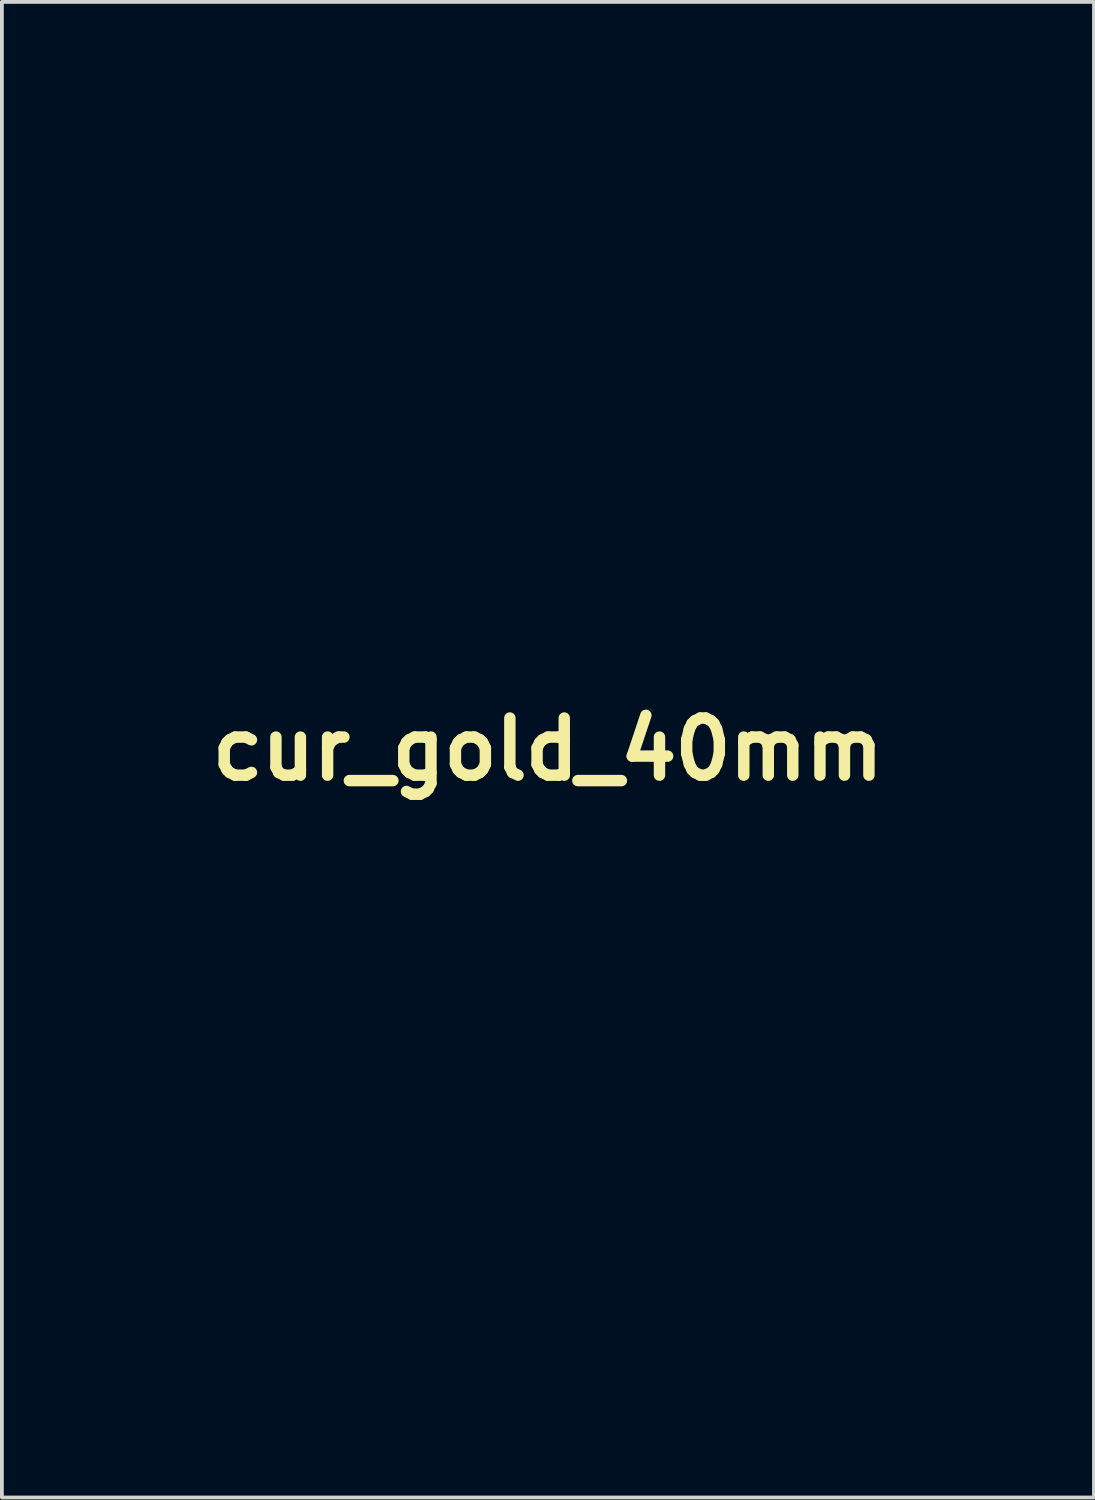
<source format=kicad_pcb>
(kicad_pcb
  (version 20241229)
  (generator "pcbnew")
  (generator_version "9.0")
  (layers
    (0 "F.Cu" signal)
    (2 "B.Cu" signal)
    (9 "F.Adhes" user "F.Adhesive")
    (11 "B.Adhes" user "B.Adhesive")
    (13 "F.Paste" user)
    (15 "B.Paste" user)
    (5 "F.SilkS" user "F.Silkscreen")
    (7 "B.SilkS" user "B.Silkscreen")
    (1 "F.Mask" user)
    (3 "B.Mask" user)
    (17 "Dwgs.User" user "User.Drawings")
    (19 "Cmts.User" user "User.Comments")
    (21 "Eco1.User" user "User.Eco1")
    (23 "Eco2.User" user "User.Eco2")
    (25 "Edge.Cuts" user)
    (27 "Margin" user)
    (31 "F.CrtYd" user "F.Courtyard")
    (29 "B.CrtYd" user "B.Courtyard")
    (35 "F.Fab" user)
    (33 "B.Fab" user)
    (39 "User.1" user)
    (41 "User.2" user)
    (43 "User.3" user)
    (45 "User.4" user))
  (footprint "cur_gold_40mm"
    (layer "F.Cu")
    (at 11.338 16.626)
    (property "Reference" "cur_gold_40mm" (at 0 0 0) (layer "F.SilkS") (effects (font (size 1.5 1.5) (thickness 0.3))))
    (attr board_only exclude_from_pos_files exclude_from_bom)
    (fp_poly (pts (xy -2.529 -15.316) (xy -2.568 -15.14) (xy -2.606 -15.004) (xy -2.719 -14.65) (xy -2.838 -14.31) (xy -2.951 -14.018) (xy -3.045 -13.806) (xy -3.107 -13.707) (xy -3.115 -13.704) (xy -3.197 -13.755) (xy -3.355 -13.884) (xy -3.49 -14.004) (xy -3.701 -14.188) (xy -3.885 -14.334) (xy -3.96 -14.385) (xy -4.024 -14.439) (xy -4.004 -14.506) (xy -3.882 -14.611) (xy -3.671 -14.756) (xy -3.401 -14.927) (xy -3.113 -15.097) (xy -2.846 -15.244) (xy -2.639 -15.347) (xy -2.531 -15.384)) (stroke (width 0) (type solid)) (fill yes) (layer "F.Mask"))
    (fp_poly (pts (xy -4.407 9.125) (xy -4.407 9.695) (xy -5.829 9.696) (xy -6.314 9.701) (xy -6.764 9.714) (xy -7.146 9.734) (xy -7.427 9.758) (xy -7.554 9.78) (xy -7.97 9.969) (xy -8.286 10.277) (xy -8.504 10.708) (xy -8.625 11.263) (xy -8.654 11.779) (xy -8.613 12.408) (xy -8.489 12.91) (xy -8.273 13.299) (xy -7.959 13.587) (xy -7.675 13.737) (xy -7.525 13.785) (xy -7.319 13.819) (xy -7.034 13.842) (xy -6.645 13.856) (xy -6.129 13.861) (xy -5.888 13.862) (xy -4.4 13.862) (xy -4.423 14.403) (xy -4.447 14.944) (xy -5.809 14.955) (xy -6.293 14.955) (xy -6.751 14.948) (xy -7.146 14.934) (xy -7.441 14.915) (xy -7.56 14.9) (xy -7.982 14.787) (xy -8.406 14.604) (xy -8.777 14.379) (xy -9.023 14.158) (xy -9.341 13.67) (xy -9.574 13.076) (xy -9.713 12.407) (xy -9.753 11.697) (xy -9.708 11.125) (xy -9.547 10.402) (xy -9.285 9.802) (xy -8.921 9.325) (xy -8.455 8.968) (xy -8.122 8.81) (xy -7.944 8.747) (xy -7.763 8.698) (xy -7.553 8.663) (xy -7.285 8.637) (xy -6.932 8.617) (xy -6.467 8.602) (xy -6.029 8.591) (xy -4.407 8.555)) (stroke (width 0) (type solid)) (fill yes) (layer "F.Mask"))
    (fp_poly (pts (xy -1.988 10.917) (xy -1.98 11.628) (xy -1.97 12.196) (xy -1.955 12.639) (xy -1.932 12.976) (xy -1.898 13.223) (xy -1.848 13.399) (xy -1.781 13.522) (xy -1.691 13.609) (xy -1.577 13.679) (xy -1.465 13.734) (xy -1.232 13.8) (xy -0.886 13.844) (xy -0.475 13.865) (xy -0.045 13.863) (xy 0.358 13.839) (xy 0.687 13.791) (xy 0.847 13.745) (xy 0.986 13.678) (xy 1.098 13.596) (xy 1.185 13.482) (xy 1.251 13.318) (xy 1.298 13.087) (xy 1.33 12.772) (xy 1.349 12.355) (xy 1.359 11.82) (xy 1.362 11.149) (xy 1.362 10.82) (xy 1.362 8.574) (xy 1.883 8.574) (xy 2.404 8.574) (xy 2.404 10.942) (xy 2.401 11.688) (xy 2.391 12.338) (xy 2.376 12.879) (xy 2.356 13.295) (xy 2.331 13.572) (xy 2.315 13.661) (xy 2.143 14.061) (xy 1.857 14.427) (xy 1.502 14.707) (xy 1.344 14.786) (xy 1.116 14.845) (xy 0.768 14.894) (xy 0.339 14.931) (xy -0.132 14.955) (xy -0.606 14.965) (xy -1.043 14.957) (xy -1.403 14.932) (xy -1.575 14.905) (xy -2.097 14.736) (xy -2.497 14.474) (xy -2.781 14.122) (xy -3.005 13.742) (xy -3.029 11.158) (xy -3.053 8.574) (xy -2.533 8.574) (xy -2.012 8.574)) (stroke (width 0) (type solid)) (fill yes) (layer "F.Mask"))
    (fp_poly (pts (xy -4.101 -14.296) (xy -3.934 -14.179) (xy -3.725 -14.021) (xy -3.513 -13.853) (xy -3.338 -13.707) (xy -3.242 -13.615) (xy -3.236 -13.607) (xy -3.272 -13.528) (xy -3.397 -13.342) (xy -3.596 -13.067) (xy -3.859 -12.72) (xy -4.17 -12.319) (xy -4.457 -11.958) (xy -4.849 -11.466) (xy -5.157 -11.074) (xy -5.396 -10.757) (xy -5.582 -10.491) (xy -5.731 -10.251) (xy -5.859 -10.013) (xy -5.982 -9.751) (xy -6.115 -9.442) (xy -6.16 -9.336) (xy -6.319 -8.959) (xy -6.457 -8.638) (xy -6.56 -8.4) (xy -6.618 -8.272) (xy -6.625 -8.259) (xy -6.693 -8.286) (xy -6.83 -8.396) (xy -6.876 -8.439) (xy -7.12 -8.615) (xy -7.323 -8.64) (xy -7.48 -8.513) (xy -7.532 -8.413) (xy -7.612 -8.243) (xy -7.694 -8.187) (xy -7.829 -8.236) (xy -7.973 -8.322) (xy -8.192 -8.482) (xy -8.372 -8.65) (xy -8.532 -8.829) (xy -8.312 -9.018) (xy -8.152 -9.179) (xy -8.11 -9.317) (xy -8.189 -9.47) (xy -8.376 -9.663) (xy -8.66 -9.931) (xy -7.734 -10.547) (xy -7.448 -10.739) (xy -7.213 -10.905) (xy -7.01 -11.064) (xy -6.817 -11.236) (xy -6.616 -11.442) (xy -6.385 -11.701) (xy -6.106 -12.034) (xy -5.757 -12.459) (xy -5.518 -12.753) (xy -5.167 -13.184) (xy -4.849 -13.57) (xy -4.577 -13.895) (xy -4.367 -14.143) (xy -4.231 -14.298) (xy -4.184 -14.343)) (stroke (width 0) (type solid)) (fill yes) (layer "F.Mask"))
    (fp_poly (pts (xy 6.675 8.616) (xy 7.241 8.627) (xy 7.687 8.648) (xy 8.036 8.685) (xy 8.307 8.741) (xy 8.521 8.82) (xy 8.698 8.925) (xy 8.86 9.06) (xy 8.956 9.156) (xy 9.233 9.544) (xy 9.397 9.997) (xy 9.452 10.483) (xy 9.402 10.97) (xy 9.253 11.428) (xy 9.009 11.826) (xy 8.675 12.132) (xy 8.497 12.232) (xy 8.302 12.338) (xy 8.188 12.432) (xy 8.176 12.46) (xy 8.214 12.552) (xy 8.321 12.758) (xy 8.483 13.053) (xy 8.687 13.411) (xy 8.855 13.7) (xy 9.08 14.089) (xy 9.274 14.43) (xy 9.423 14.7) (xy 9.514 14.873) (xy 9.535 14.926) (xy 9.462 14.954) (xy 9.268 14.97) (xy 8.995 14.968) (xy 8.96 14.967) (xy 8.384 14.944) (xy 7.663 13.719) (xy 6.942 12.495) (xy 6.015 12.517) (xy 5.088 12.54) (xy 5.048 13.742) (xy 5.008 14.944) (xy 4.506 14.967) (xy 4.213 14.972) (xy 4.044 14.947) (xy 3.966 14.887) (xy 3.957 14.868) (xy 3.943 14.75) (xy 3.934 14.501) (xy 3.93 14.151) (xy 3.933 13.729) (xy 3.938 13.399) (xy 3.955 12.827) (xy 3.983 12.393) (xy 4.027 12.075) (xy 4.095 11.851) (xy 4.192 11.698) (xy 4.324 11.595) (xy 4.456 11.535) (xy 4.598 11.511) (xy 4.871 11.49) (xy 5.246 11.473) (xy 5.695 11.462) (xy 6.188 11.458) (xy 6.195 11.458) (xy 6.737 11.456) (xy 7.144 11.45) (xy 7.441 11.438) (xy 7.651 11.418) (xy 7.801 11.386) (xy 7.916 11.342) (xy 7.988 11.301) (xy 8.242 11.061) (xy 8.368 10.75) (xy 8.355 10.403) (xy 8.283 10.205) (xy 8.204 10.055) (xy 8.117 9.938) (xy 8.001 9.849) (xy 7.839 9.786) (xy 7.61 9.743) (xy 7.294 9.717) (xy 6.871 9.703) (xy 6.323 9.697) (xy 5.826 9.696) (xy 3.919 9.695) (xy 3.943 9.154) (xy 3.966 8.614) (xy 5.969 8.614)) (stroke (width 0) (type solid)) (fill yes) (layer "F.Mask"))
    (fp_poly (pts (xy -8.352 -8.477) (xy -8.127 -8.277) (xy -7.92 -8.123) (xy -7.792 -8.056) (xy -7.628 -7.951) (xy -7.608 -7.777) (xy -7.731 -7.533) (xy -7.999 -7.22) (xy -8.122 -7.098) (xy -8.58 -6.586) (xy -8.921 -6.028) (xy -9.153 -5.403) (xy -9.284 -4.686) (xy -9.324 -3.886) (xy -9.295 -3.184) (xy -9.201 -2.578) (xy -9.027 -2.012) (xy -8.762 -1.431) (xy -8.75 -1.408) (xy -8.289 -0.697) (xy -7.712 -0.093) (xy -7.031 0.393) (xy -6.266 0.749) (xy -6.076 0.811) (xy -5.878 0.855) (xy -5.643 0.885) (xy -5.341 0.903) (xy -4.939 0.911) (xy -4.408 0.914) (xy -4.407 0.914) (xy -3.864 0.911) (xy -3.439 0.9) (xy -3.09 0.878) (xy -2.775 0.839) (xy -2.45 0.781) (xy -2.075 0.699) (xy -2.043 0.691) (xy -0.307 0.213) (xy 1.345 -0.403) (xy 2.915 -1.156) (xy 4.403 -2.047) (xy 5.81 -3.075) (xy 7.136 -4.242) (xy 7.356 -4.457) (xy 7.663 -4.757) (xy 7.917 -4.997) (xy 8.101 -5.162) (xy 8.201 -5.239) (xy 8.206 -5.22) (xy 7.916 -4.818) (xy 7.525 -4.347) (xy 7.057 -3.833) (xy 6.539 -3.304) (xy 5.997 -2.784) (xy 5.457 -2.302) (xy 4.946 -1.883) (xy 4.783 -1.76) (xy 3.363 -0.808) (xy 1.875 -0.001) (xy 0.316 0.662) (xy -1.314 1.181) (xy -1.894 1.327) (xy -2.459 1.435) (xy -3.098 1.515) (xy -3.773 1.566) (xy -4.445 1.586) (xy -5.076 1.575) (xy -5.627 1.532) (xy -6.05 1.457) (xy -6.959 1.143) (xy -7.784 0.696) (xy -8.515 0.125) (xy -9.144 -0.562) (xy -9.66 -1.357) (xy -10.056 -2.251) (xy -10.068 -2.284) (xy -10.157 -2.555) (xy -10.219 -2.791) (xy -10.258 -3.033) (xy -10.281 -3.321) (xy -10.291 -3.696) (xy -10.293 -4.086) (xy -10.283 -4.736) (xy -10.242 -5.285) (xy -10.161 -5.789) (xy -10.03 -6.303) (xy -9.838 -6.881) (xy -9.735 -7.16) (xy -9.604 -7.522) (xy -9.485 -7.87) (xy -9.398 -8.149) (xy -9.374 -8.236) (xy -9.283 -8.485) (xy -9.138 -8.64) (xy -9.009 -8.712) (xy -8.731 -8.845)) (stroke (width 0) (type solid)) (fill yes) (layer "F.Mask"))
    (fp_poly (pts (xy 3.581 -10.626) (xy 4.191 -10.513) (xy 5.289 -10.161) (xy 6.302 -9.678) (xy 7.22 -9.07) (xy 8.037 -8.346) (xy 8.745 -7.512) (xy 9.335 -6.576) (xy 9.8 -5.546) (xy 9.98 -5.008) (xy 10.12 -4.393) (xy 10.212 -3.681) (xy 10.253 -2.929) (xy 10.241 -2.195) (xy 10.172 -1.536) (xy 10.142 -1.369) (xy 9.842 -0.273) (xy 9.405 0.75) (xy 8.84 1.689) (xy 8.156 2.535) (xy 7.361 3.278) (xy 6.465 3.907) (xy 5.477 4.412) (xy 4.928 4.622) (xy 4.083 4.85) (xy 3.168 4.986) (xy 2.244 5.027) (xy 1.373 4.966) (xy 1.335 4.96) (xy 0.254 4.723) (xy -0.791 4.337) (xy -1.774 3.814) (xy -2.387 3.39) (xy -2.646 3.178) (xy -2.93 2.924) (xy -3.215 2.653) (xy -3.473 2.39) (xy -3.681 2.162) (xy -3.813 1.994) (xy -3.846 1.921) (xy -3.772 1.89) (xy -3.577 1.855) (xy -3.299 1.824) (xy -3.225 1.818) (xy -2.814 1.766) (xy -2.293 1.669) (xy -1.703 1.537) (xy -1.084 1.381) (xy -0.476 1.21) (xy 0.08 1.035) (xy 0.428 0.911) (xy 1.987 0.235) (xy 3.465 -0.575) (xy 4.853 -1.511) (xy 6.14 -2.566) (xy 6.729 -3.124) (xy 7.045 -3.451) (xy 7.38 -3.819) (xy 7.717 -4.208) (xy 8.037 -4.596) (xy 8.324 -4.96) (xy 8.56 -5.279) (xy 8.728 -5.531) (xy 8.809 -5.694) (xy 8.814 -5.723) (xy 8.757 -5.859) (xy 8.688 -5.934) (xy 8.625 -5.962) (xy 8.541 -5.939) (xy 8.417 -5.851) (xy 8.233 -5.684) (xy 7.973 -5.423) (xy 7.746 -5.189) (xy 6.612 -4.079) (xy 5.459 -3.105) (xy 4.256 -2.242) (xy 2.971 -1.466) (xy 2.164 -1.04) (xy 1.37 -0.673) (xy 0.508 -0.331) (xy -0.389 -0.023) (xy -1.292 0.244) (xy -2.17 0.459) (xy -2.992 0.616) (xy -3.726 0.704) (xy -4.139 0.721) (xy -4.632 0.721) (xy -4.871 0.14) (xy -5.067 -0.362) (xy -5.21 -0.804) (xy -5.307 -1.229) (xy -5.367 -1.68) (xy -5.396 -2.202) (xy -5.403 -2.836) (xy -5.403 -2.885) (xy -5.388 -3.582) (xy -5.345 -4.163) (xy -5.263 -4.674) (xy -5.133 -5.157) (xy -4.945 -5.656) (xy -4.689 -6.216) (xy -4.653 -6.29) (xy -4.085 -7.28) (xy -3.406 -8.154) (xy -2.62 -8.911) (xy -1.73 -9.546) (xy -0.741 -10.056) (xy 0.343 -10.44) (xy 0.48 -10.477) (xy 1.189 -10.616) (xy 1.982 -10.687) (xy 2.798 -10.691)) (stroke (width 0) (type solid)) (fill yes) (layer "F.Mask"))
    (fp_poly (pts (xy 9.583 -16.4) (xy 10.101 -16.085) (xy 10.574 -15.653) (xy 10.959 -15.148) (xy 11.114 -14.863) (xy 11.338 -14.383) (xy 11.338 0) (xy 11.338 14.383) (xy 11.112 14.872) (xy 10.796 15.389) (xy 10.364 15.862) (xy 9.86 16.247) (xy 9.575 16.402) (xy 9.094 16.626) (xy 0.12 16.642) (xy -1.334 16.644) (xy -2.636 16.645) (xy -3.793 16.645) (xy -4.813 16.644) (xy -5.703 16.641) (xy -6.473 16.638) (xy -7.128 16.633) (xy -7.677 16.626) (xy -8.128 16.618) (xy -8.489 16.608) (xy -8.767 16.597) (xy -8.969 16.584) (xy -9.105 16.569) (xy -9.174 16.555) (xy -9.826 16.266) (xy -10.389 15.852) (xy -10.847 15.327) (xy -11.114 14.863) (xy -11.338 14.383) (xy -11.338 7.692) (xy -11.057 7.692) (xy -11.056 10.917) (xy -11.055 11.721) (xy -11.053 12.382) (xy -11.05 12.915) (xy -11.044 13.339) (xy -11.035 13.668) (xy -11.021 13.921) (xy -11.003 14.113) (xy -10.978 14.262) (xy -10.947 14.384) (xy -10.908 14.495) (xy -10.87 14.589) (xy -10.559 15.181) (xy -10.16 15.645) (xy -9.657 15.996) (xy -9.19 16.197) (xy -9.119 16.22) (xy -9.036 16.24) (xy -8.931 16.258) (xy -8.797 16.273) (xy -8.623 16.286) (xy -8.4 16.297) (xy -8.12 16.307) (xy -7.773 16.314) (xy -7.35 16.32) (xy -6.841 16.325) (xy -6.239 16.328) (xy -5.532 16.33) (xy -4.713 16.33) (xy -3.772 16.33) (xy -2.699 16.329) (xy -1.486 16.327) (xy -0.124 16.324) (xy 0.12 16.324) (xy 9.014 16.306) (xy 9.467 16.094) (xy 10.013 15.752) (xy 10.471 15.292) (xy 10.805 14.755) (xy 11.017 14.303) (xy 11.04 10.997) (xy 11.063 7.692) (xy 0.003 7.692) (xy -11.057 7.692) (xy -11.338 7.692) (xy -11.338 7.211) (xy -11.059 7.211) (xy 0 7.211) (xy 11.059 7.211) (xy 11.038 -3.546) (xy 11.017 -14.303) (xy 10.805 -14.755) (xy 10.464 -15.301) (xy 10.003 -15.76) (xy 9.467 -16.094) (xy 9.014 -16.306) (xy 0 -16.306) (xy -9.014 -16.306) (xy -9.467 -16.094) (xy -10.013 -15.752) (xy -10.471 -15.292) (xy -10.805 -14.755) (xy -11.017 -14.303) (xy -11.038 -3.546) (xy -11.059 7.211) (xy -11.338 7.211) (xy -11.338 0) (xy -11.338 -14.383) (xy -11.114 -14.863) (xy -10.794 -15.389) (xy -10.362 -15.865) (xy -9.863 -16.248) (xy -9.583 -16.4) (xy -9.094 -16.626) (xy 0 -16.626) (xy 9.094 -16.626)) (stroke (width 0) (type solid)) (fill yes) (layer "F.Mask")))
  (gr_rect
    (start -3 -3)
    (end 25.676 36.271)
    (stroke (width 0.1) (type default))
    (fill no)
    (layer "Edge.Cuts")))
</source>
